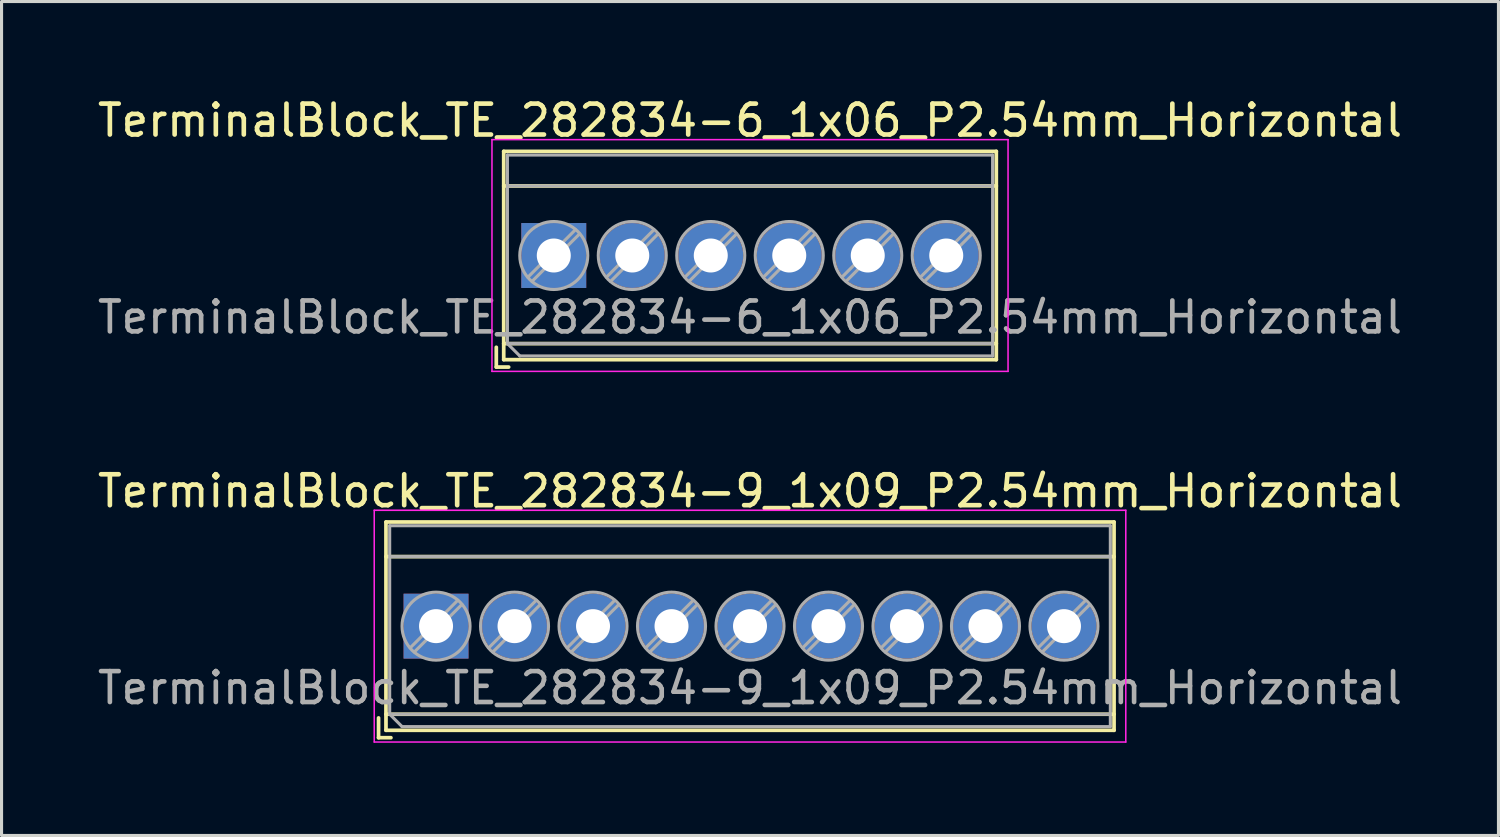
<source format=kicad_pcb>
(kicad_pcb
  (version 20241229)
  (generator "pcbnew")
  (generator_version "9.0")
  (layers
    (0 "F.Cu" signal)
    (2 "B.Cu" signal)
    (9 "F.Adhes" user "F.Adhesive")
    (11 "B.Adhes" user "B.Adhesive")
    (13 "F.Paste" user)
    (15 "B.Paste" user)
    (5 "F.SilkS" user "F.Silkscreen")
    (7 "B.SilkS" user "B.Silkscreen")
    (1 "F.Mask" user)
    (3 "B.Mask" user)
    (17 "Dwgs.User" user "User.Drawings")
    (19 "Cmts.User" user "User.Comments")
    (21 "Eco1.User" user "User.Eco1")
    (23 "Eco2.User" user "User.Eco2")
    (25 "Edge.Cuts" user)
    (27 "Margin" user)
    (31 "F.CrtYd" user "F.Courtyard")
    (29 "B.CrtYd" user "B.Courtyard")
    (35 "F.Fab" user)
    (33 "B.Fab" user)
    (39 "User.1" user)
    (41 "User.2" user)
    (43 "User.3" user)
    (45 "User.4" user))
  (footprint "TerminalBlock_TE_282834-6_1x06_P2.54mm_Horizontal"
    (layer "F.Cu")
    (at 14.87 5.218)
    (property "Reference" "TerminalBlock_TE_282834-6_1x06_P2.54mm_Horizontal" (at 6.35 -4.37 0) (layer "F.SilkS") (effects (font (size 1 1) (thickness 0.15))))
    (attr through_hole)
    (fp_line (start -1.86 2.97) (end -1.86 3.61) (stroke (width 0.12) (type solid)) (layer "F.SilkS"))
    (fp_line (start -1.86 3.61) (end -1.46 3.61) (stroke (width 0.12) (type solid)) (layer "F.SilkS"))
    (fp_line (start -1.62 -3.37) (end -1.62 3.37) (stroke (width 0.12) (type solid)) (layer "F.SilkS"))
    (fp_line (start -1.62 -3.37) (end 14.32 -3.37) (stroke (width 0.12) (type solid)) (layer "F.SilkS"))
    (fp_line (start -1.62 -2.25) (end 14.32 -2.25) (stroke (width 0.12) (type solid)) (layer "F.SilkS"))
    (fp_line (start -1.62 2.85) (end 14.32 2.85) (stroke (width 0.12) (type solid)) (layer "F.SilkS"))
    (fp_line (start -1.62 3.37) (end 14.32 3.37) (stroke (width 0.12) (type solid)) (layer "F.SilkS"))
    (fp_line (start 14.32 -3.37) (end 14.32 3.37) (stroke (width 0.12) (type solid)) (layer "F.SilkS"))
    (fp_line (start -2 -3.75) (end -2 3.75) (stroke (width 0.05) (type solid)) (layer "F.CrtYd"))
    (fp_line (start -2 3.75) (end 14.7 3.75) (stroke (width 0.05) (type solid)) (layer "F.CrtYd"))
    (fp_line (start 14.7 -3.75) (end -2 -3.75) (stroke (width 0.05) (type solid)) (layer "F.CrtYd"))
    (fp_line (start 14.7 3.75) (end 14.7 -3.75) (stroke (width 0.05) (type solid)) (layer "F.CrtYd"))
    (fp_line (start -1.5 -3.25) (end 14.2 -3.25) (stroke (width 0.1) (type solid)) (layer "F.Fab"))
    (fp_line (start -1.5 -2.25) (end 14.2 -2.25) (stroke (width 0.1) (type solid)) (layer "F.Fab"))
    (fp_line (start -1.5 2.85) (end -1.5 -3.25) (stroke (width 0.1) (type solid)) (layer "F.Fab"))
    (fp_line (start -1.5 2.85) (end 14.2 2.85) (stroke (width 0.1) (type solid)) (layer "F.Fab"))
    (fp_line (start -1.1 3.25) (end -1.5 2.85) (stroke (width 0.1) (type solid)) (layer "F.Fab"))
    (fp_line (start 0.701 -0.835) (end -0.835 0.7) (stroke (width 0.1) (type solid)) (layer "F.Fab"))
    (fp_line (start 0.835 -0.7) (end -0.701 0.835) (stroke (width 0.1) (type solid)) (layer "F.Fab"))
    (fp_line (start 3.241 -0.835) (end 1.706 0.7) (stroke (width 0.1) (type solid)) (layer "F.Fab"))
    (fp_line (start 3.375 -0.7) (end 1.84 0.835) (stroke (width 0.1) (type solid)) (layer "F.Fab"))
    (fp_line (start 5.781 -0.835) (end 4.246 0.7) (stroke (width 0.1) (type solid)) (layer "F.Fab"))
    (fp_line (start 5.915 -0.7) (end 4.38 0.835) (stroke (width 0.1) (type solid)) (layer "F.Fab"))
    (fp_line (start 8.321 -0.835) (end 6.786 0.7) (stroke (width 0.1) (type solid)) (layer "F.Fab"))
    (fp_line (start 8.455 -0.7) (end 6.92 0.835) (stroke (width 0.1) (type solid)) (layer "F.Fab"))
    (fp_line (start 10.861 -0.835) (end 9.326 0.7) (stroke (width 0.1) (type solid)) (layer "F.Fab"))
    (fp_line (start 10.995 -0.7) (end 9.46 0.835) (stroke (width 0.1) (type solid)) (layer "F.Fab"))
    (fp_line (start 13.401 -0.835) (end 11.866 0.7) (stroke (width 0.1) (type solid)) (layer "F.Fab"))
    (fp_line (start 13.535 -0.7) (end 12 0.835) (stroke (width 0.1) (type solid)) (layer "F.Fab"))
    (fp_line (start 14.2 -3.25) (end 14.2 3.25) (stroke (width 0.1) (type solid)) (layer "F.Fab"))
    (fp_line (start 14.2 3.25) (end -1.1 3.25) (stroke (width 0.1) (type solid)) (layer "F.Fab"))
    (fp_circle (center 0 0) (end 1.1 0) (stroke (width 0.1) (type solid)) (fill no) (layer "F.Fab"))
    (fp_circle (center 2.54 0) (end 3.64 0) (stroke (width 0.1) (type solid)) (fill no) (layer "F.Fab"))
    (fp_circle (center 5.08 0) (end 6.18 0) (stroke (width 0.1) (type solid)) (fill no) (layer "F.Fab"))
    (fp_circle (center 7.62 0) (end 8.72 0) (stroke (width 0.1) (type solid)) (fill no) (layer "F.Fab"))
    (fp_circle (center 10.16 0) (end 11.26 0) (stroke (width 0.1) (type solid)) (fill no) (layer "F.Fab"))
    (fp_circle (center 12.7 0) (end 13.8 0) (stroke (width 0.1) (type solid)) (fill no) (layer "F.Fab"))
    (fp_text user "${REFERENCE}" (at 6.35 2 0) (layer "F.Fab") (effects (font (size 1 1) (thickness 0.15))))
    (pad "1" thru_hole rect (at 0 0) (size 2.1 2.1) (drill 1.1) (layers "*.Cu" "*.Mask"))
    (pad "2" thru_hole circle (at 2.54 0) (size 2.1 2.1) (drill 1.1) (layers "*.Cu" "*.Mask"))
    (pad "3" thru_hole circle (at 5.08 0) (size 2.1 2.1) (drill 1.1) (layers "*.Cu" "*.Mask"))
    (pad "4" thru_hole circle (at 7.62 0) (size 2.1 2.1) (drill 1.1) (layers "*.Cu" "*.Mask"))
    (pad "5" thru_hole circle (at 10.16 0) (size 2.1 2.1) (drill 1.1) (layers "*.Cu" "*.Mask"))
    (pad "6" thru_hole circle (at 12.7 0) (size 2.1 2.1) (drill 1.1) (layers "*.Cu" "*.Mask")))
  (footprint "TerminalBlock_TE_282834-9_1x09_P2.54mm_Horizontal"
    (layer "F.Cu")
    (at 11.06 17.212)
    (property "Reference" "TerminalBlock_TE_282834-9_1x09_P2.54mm_Horizontal" (at 10.16 -4.37 0) (layer "F.SilkS") (effects (font (size 1 1) (thickness 0.15))))
    (attr through_hole)
    (fp_line (start -1.86 2.97) (end -1.86 3.61) (stroke (width 0.12) (type solid)) (layer "F.SilkS"))
    (fp_line (start -1.86 3.61) (end -1.46 3.61) (stroke (width 0.12) (type solid)) (layer "F.SilkS"))
    (fp_line (start -1.62 -3.37) (end -1.62 3.37) (stroke (width 0.12) (type solid)) (layer "F.SilkS"))
    (fp_line (start -1.62 -3.37) (end 21.94 -3.37) (stroke (width 0.12) (type solid)) (layer "F.SilkS"))
    (fp_line (start -1.62 -2.25) (end 21.94 -2.25) (stroke (width 0.12) (type solid)) (layer "F.SilkS"))
    (fp_line (start -1.62 2.85) (end 21.94 2.85) (stroke (width 0.12) (type solid)) (layer "F.SilkS"))
    (fp_line (start -1.62 3.37) (end 21.94 3.37) (stroke (width 0.12) (type solid)) (layer "F.SilkS"))
    (fp_line (start 21.94 -3.37) (end 21.94 3.37) (stroke (width 0.12) (type solid)) (layer "F.SilkS"))
    (fp_line (start -2 -3.75) (end -2 3.75) (stroke (width 0.05) (type solid)) (layer "F.CrtYd"))
    (fp_line (start -2 3.75) (end 22.32 3.75) (stroke (width 0.05) (type solid)) (layer "F.CrtYd"))
    (fp_line (start 22.32 -3.75) (end -2 -3.75) (stroke (width 0.05) (type solid)) (layer "F.CrtYd"))
    (fp_line (start 22.32 3.75) (end 22.32 -3.75) (stroke (width 0.05) (type solid)) (layer "F.CrtYd"))
    (fp_line (start -1.5 -3.25) (end 21.82 -3.25) (stroke (width 0.1) (type solid)) (layer "F.Fab"))
    (fp_line (start -1.5 -2.25) (end 21.82 -2.25) (stroke (width 0.1) (type solid)) (layer "F.Fab"))
    (fp_line (start -1.5 2.85) (end -1.5 -3.25) (stroke (width 0.1) (type solid)) (layer "F.Fab"))
    (fp_line (start -1.5 2.85) (end 21.82 2.85) (stroke (width 0.1) (type solid)) (layer "F.Fab"))
    (fp_line (start -1.1 3.25) (end -1.5 2.85) (stroke (width 0.1) (type solid)) (layer "F.Fab"))
    (fp_line (start 0.701 -0.835) (end -0.835 0.7) (stroke (width 0.1) (type solid)) (layer "F.Fab"))
    (fp_line (start 0.835 -0.7) (end -0.701 0.835) (stroke (width 0.1) (type solid)) (layer "F.Fab"))
    (fp_line (start 3.241 -0.835) (end 1.706 0.7) (stroke (width 0.1) (type solid)) (layer "F.Fab"))
    (fp_line (start 3.375 -0.7) (end 1.84 0.835) (stroke (width 0.1) (type solid)) (layer "F.Fab"))
    (fp_line (start 5.781 -0.835) (end 4.246 0.7) (stroke (width 0.1) (type solid)) (layer "F.Fab"))
    (fp_line (start 5.915 -0.7) (end 4.38 0.835) (stroke (width 0.1) (type solid)) (layer "F.Fab"))
    (fp_line (start 8.321 -0.835) (end 6.786 0.7) (stroke (width 0.1) (type solid)) (layer "F.Fab"))
    (fp_line (start 8.455 -0.7) (end 6.92 0.835) (stroke (width 0.1) (type solid)) (layer "F.Fab"))
    (fp_line (start 10.861 -0.835) (end 9.326 0.7) (stroke (width 0.1) (type solid)) (layer "F.Fab"))
    (fp_line (start 10.995 -0.7) (end 9.46 0.835) (stroke (width 0.1) (type solid)) (layer "F.Fab"))
    (fp_line (start 13.401 -0.835) (end 11.866 0.7) (stroke (width 0.1) (type solid)) (layer "F.Fab"))
    (fp_line (start 13.535 -0.7) (end 12 0.835) (stroke (width 0.1) (type solid)) (layer "F.Fab"))
    (fp_line (start 15.941 -0.835) (end 14.406 0.7) (stroke (width 0.1) (type solid)) (layer "F.Fab"))
    (fp_line (start 16.075 -0.7) (end 14.54 0.835) (stroke (width 0.1) (type solid)) (layer "F.Fab"))
    (fp_line (start 18.481 -0.835) (end 16.946 0.7) (stroke (width 0.1) (type solid)) (layer "F.Fab"))
    (fp_line (start 18.615 -0.7) (end 17.08 0.835) (stroke (width 0.1) (type solid)) (layer "F.Fab"))
    (fp_line (start 21.021 -0.835) (end 19.486 0.7) (stroke (width 0.1) (type solid)) (layer "F.Fab"))
    (fp_line (start 21.155 -0.7) (end 19.62 0.835) (stroke (width 0.1) (type solid)) (layer "F.Fab"))
    (fp_line (start 21.82 -3.25) (end 21.82 3.25) (stroke (width 0.1) (type solid)) (layer "F.Fab"))
    (fp_line (start 21.82 3.25) (end -1.1 3.25) (stroke (width 0.1) (type solid)) (layer "F.Fab"))
    (fp_circle (center 0 0) (end 1.1 0) (stroke (width 0.1) (type solid)) (fill no) (layer "F.Fab"))
    (fp_circle (center 2.54 0) (end 3.64 0) (stroke (width 0.1) (type solid)) (fill no) (layer "F.Fab"))
    (fp_circle (center 5.08 0) (end 6.18 0) (stroke (width 0.1) (type solid)) (fill no) (layer "F.Fab"))
    (fp_circle (center 7.62 0) (end 8.72 0) (stroke (width 0.1) (type solid)) (fill no) (layer "F.Fab"))
    (fp_circle (center 10.16 0) (end 11.26 0) (stroke (width 0.1) (type solid)) (fill no) (layer "F.Fab"))
    (fp_circle (center 12.7 0) (end 13.8 0) (stroke (width 0.1) (type solid)) (fill no) (layer "F.Fab"))
    (fp_circle (center 15.24 0) (end 16.34 0) (stroke (width 0.1) (type solid)) (fill no) (layer "F.Fab"))
    (fp_circle (center 17.78 0) (end 18.88 0) (stroke (width 0.1) (type solid)) (fill no) (layer "F.Fab"))
    (fp_circle (center 20.32 0) (end 21.42 0) (stroke (width 0.1) (type solid)) (fill no) (layer "F.Fab"))
    (fp_text user "${REFERENCE}" (at 10.16 2 0) (layer "F.Fab") (effects (font (size 1 1) (thickness 0.15))))
    (pad "1" thru_hole rect (at 0 0) (size 2.1 2.1) (drill 1.1) (layers "*.Cu" "*.Mask"))
    (pad "2" thru_hole circle (at 2.54 0) (size 2.1 2.1) (drill 1.1) (layers "*.Cu" "*.Mask"))
    (pad "3" thru_hole circle (at 5.08 0) (size 2.1 2.1) (drill 1.1) (layers "*.Cu" "*.Mask"))
    (pad "4" thru_hole circle (at 7.62 0) (size 2.1 2.1) (drill 1.1) (layers "*.Cu" "*.Mask"))
    (pad "5" thru_hole circle (at 10.16 0) (size 2.1 2.1) (drill 1.1) (layers "*.Cu" "*.Mask"))
    (pad "6" thru_hole circle (at 12.7 0) (size 2.1 2.1) (drill 1.1) (layers "*.Cu" "*.Mask"))
    (pad "7" thru_hole circle (at 15.24 0) (size 2.1 2.1) (drill 1.1) (layers "*.Cu" "*.Mask"))
    (pad "8" thru_hole circle (at 17.78 0) (size 2.1 2.1) (drill 1.1) (layers "*.Cu" "*.Mask"))
    (pad "9" thru_hole circle (at 20.32 0) (size 2.1 2.1) (drill 1.1) (layers "*.Cu" "*.Mask")))
  (gr_rect
    (start -3 -3)
    (end 45.44 23.986)
    (stroke (width 0.1) (type default))
    (fill no)
    (layer "Edge.Cuts")))
</source>
